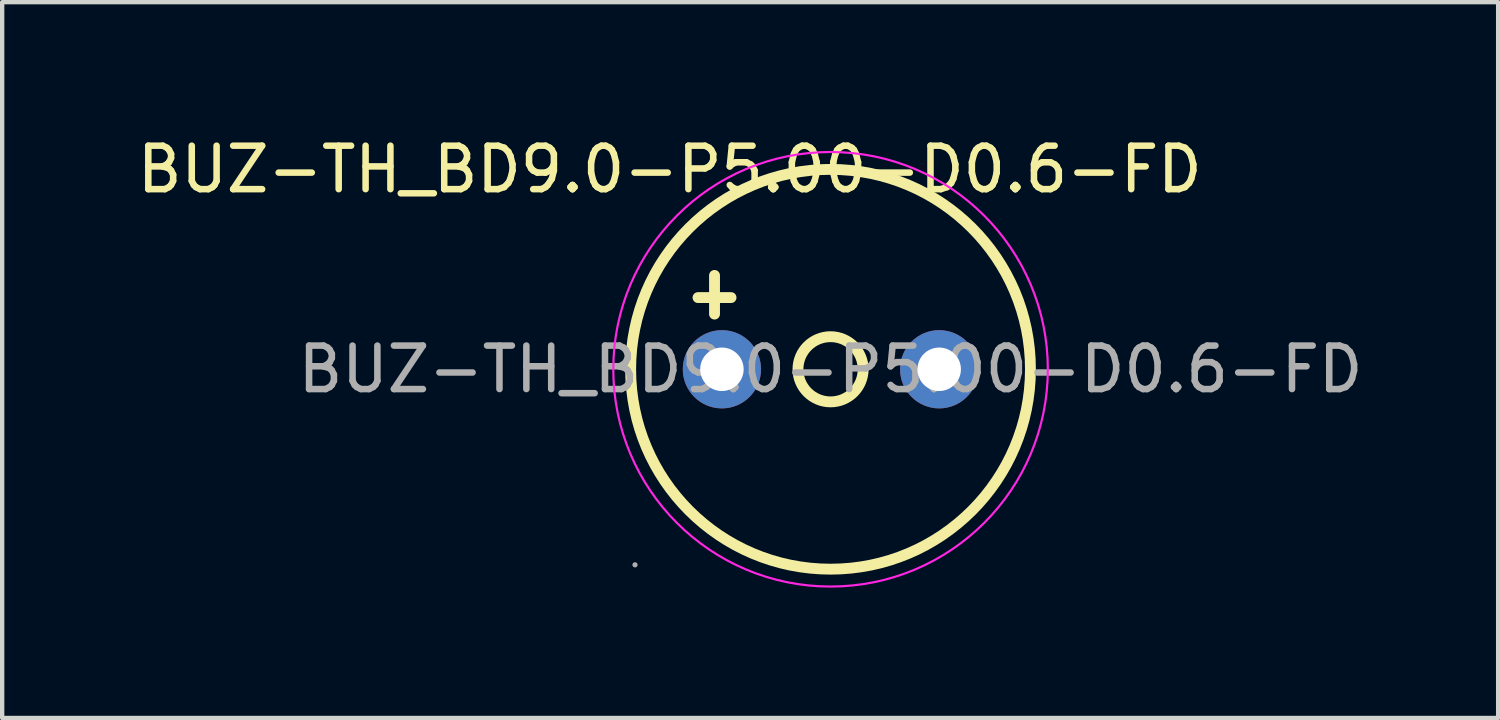
<source format=kicad_pcb>
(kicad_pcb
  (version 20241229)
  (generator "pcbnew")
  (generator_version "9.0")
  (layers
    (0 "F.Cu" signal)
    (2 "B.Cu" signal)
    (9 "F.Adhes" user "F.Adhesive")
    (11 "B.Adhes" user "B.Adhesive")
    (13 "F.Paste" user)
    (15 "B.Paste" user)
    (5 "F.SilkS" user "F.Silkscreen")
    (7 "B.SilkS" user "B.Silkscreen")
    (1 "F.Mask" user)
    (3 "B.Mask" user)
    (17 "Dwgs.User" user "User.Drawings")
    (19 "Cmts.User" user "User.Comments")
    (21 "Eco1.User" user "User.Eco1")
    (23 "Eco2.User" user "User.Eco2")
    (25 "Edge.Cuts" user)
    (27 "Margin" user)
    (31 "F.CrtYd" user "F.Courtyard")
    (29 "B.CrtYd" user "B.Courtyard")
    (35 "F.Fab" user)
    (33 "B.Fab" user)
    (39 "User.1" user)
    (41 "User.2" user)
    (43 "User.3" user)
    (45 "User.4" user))
  (footprint "BUZ-TH_BD9.0-P5.00-D0.6-FD"
    (layer "F.Cu")
    (at 16.063 5.448)
    (property "Reference" "BUZ-TH_BD9.0-P5.00-D0.6-FD" (at -3.7 -4.6 0) (layer "F.SilkS") (effects (font (size 1 1) (thickness 0.15))))
    (attr through_hole)
    (fp_line (start -3.05 -1.65) (end -2.29 -1.65) (stroke (width 0.25) (type solid)) (layer "F.SilkS"))
    (fp_line (start -2.67 -2.16) (end -2.67 -1.27) (stroke (width 0.25) (type solid)) (layer "F.SilkS"))
    (fp_circle (center 0 0) (end 0.75 0) (stroke (width 0.25) (type solid)) (fill no) (layer "F.SilkS"))
    (fp_circle (center 0 0) (end 4.6 0) (stroke (width 0.25) (type solid)) (fill no) (layer "F.SilkS"))
    (fp_circle (center 0 0) (end 5 0) (stroke (width 0.05) (type default)) (fill no) (layer "F.CrtYd"))
    (fp_circle (center -4.5 4.5) (end -4.47 4.5) (stroke (width 0.06) (type solid)) (fill no) (layer "F.Fab"))
    (fp_circle (center -2.5 0) (end -2.35 0) (stroke (width 0.3) (type solid)) (fill no) (layer "F.Fab"))
    (fp_circle (center 2.5 0) (end 2.65 0) (stroke (width 0.3) (type solid)) (fill no) (layer "F.Fab"))
    (fp_text user "${REFERENCE}" (at 0 0 0) (layer "F.Fab") (effects (font (size 1 1) (thickness 0.15))))
    (pad "1" thru_hole circle (at -2.5 0) (size 1.8 1.8) (drill 1) (layers "*.Cu" "*.Paste" "*.Mask"))
    (pad "2" thru_hole circle (at 2.5 0) (size 1.8 1.8) (drill 1) (layers "*.Cu" "*.Paste" "*.Mask")))
  (gr_rect
    (start -3 -3)
    (end 31.426 13.473)
    (stroke (width 0.1) (type default))
    (fill no)
    (layer "Edge.Cuts")))
</source>
